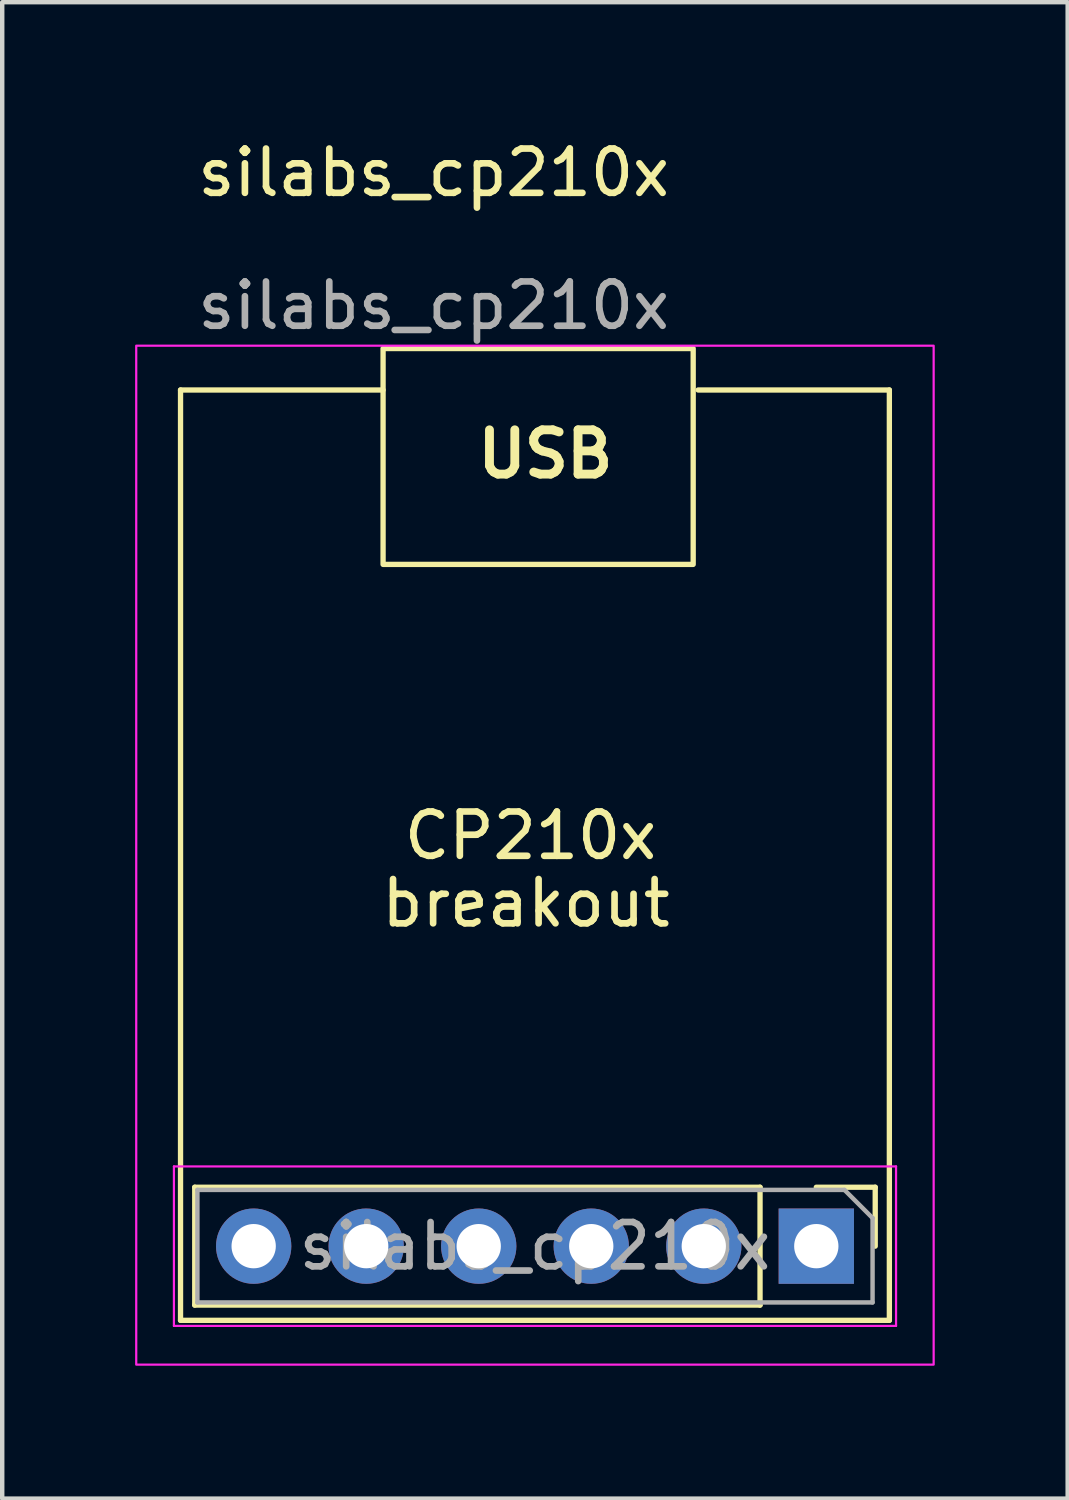
<source format=kicad_pcb>
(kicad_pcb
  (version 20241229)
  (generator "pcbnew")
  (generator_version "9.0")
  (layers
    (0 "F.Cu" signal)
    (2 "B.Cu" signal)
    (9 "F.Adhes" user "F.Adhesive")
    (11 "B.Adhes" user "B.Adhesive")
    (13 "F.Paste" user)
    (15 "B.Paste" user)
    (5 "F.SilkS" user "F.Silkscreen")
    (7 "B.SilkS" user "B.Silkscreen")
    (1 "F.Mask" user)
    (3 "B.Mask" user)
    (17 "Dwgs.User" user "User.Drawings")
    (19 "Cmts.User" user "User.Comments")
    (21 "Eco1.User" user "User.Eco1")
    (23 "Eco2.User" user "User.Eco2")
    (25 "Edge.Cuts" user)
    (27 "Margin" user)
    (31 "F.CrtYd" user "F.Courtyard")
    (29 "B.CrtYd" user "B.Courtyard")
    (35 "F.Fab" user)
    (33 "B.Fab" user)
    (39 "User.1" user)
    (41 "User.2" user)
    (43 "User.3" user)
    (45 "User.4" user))
  (footprint "silabs_cp210x"
    (layer "F.Cu")
    (at 9.041 16.501)
    (property "Reference" "silabs_cp210x" (at -2.301 -15.653 0) (unlocked yes) (layer "F.SilkS") (effects (font (size 1 1) (thickness 0.15))))
    (attr through_hole)
    (fp_line (start -8.016 -10.748) (end -8.016 10.252) (stroke (width 0.12) (type solid)) (layer "F.SilkS"))
    (fp_line (start -8.016 -10.748) (end -3.444 -10.748) (stroke (width 0.12) (type solid)) (layer "F.SilkS"))
    (fp_line (start -8.016 10.252) (end 7.984 10.252) (stroke (width 0.12) (type solid)) (layer "F.SilkS"))
    (fp_line (start -7.695 7.248) (end -7.695 9.908) (stroke (width 0.12) (type solid)) (layer "F.SilkS"))
    (fp_line (start 5.065 7.248) (end -7.695 7.248) (stroke (width 0.12) (type solid)) (layer "F.SilkS"))
    (fp_line (start 5.065 7.248) (end 5.065 9.908) (stroke (width 0.12) (type solid)) (layer "F.SilkS"))
    (fp_line (start 5.065 9.908) (end -7.695 9.908) (stroke (width 0.12) (type solid)) (layer "F.SilkS"))
    (fp_line (start 6.335 7.248) (end 7.665 7.248) (stroke (width 0.12) (type solid)) (layer "F.SilkS"))
    (fp_line (start 7.665 7.248) (end 7.665 8.578) (stroke (width 0.12) (type solid)) (layer "F.SilkS"))
    (fp_line (start 7.984 -10.748) (end 3.668 -10.748) (stroke (width 0.12) (type solid)) (layer "F.SilkS"))
    (fp_line (start 7.984 10.252) (end 7.984 -10.748) (stroke (width 0.12) (type solid)) (layer "F.SilkS"))
    (fp_rect (start -3.444 -11.684) (end 3.556 -6.811) (stroke (width 0.12) (type solid)) (fill no) (layer "F.SilkS"))
    (fp_line (start -8.165 6.778) (end -8.165 10.378) (stroke (width 0.05) (type solid)) (layer "F.CrtYd"))
    (fp_line (start -8.165 10.378) (end 8.135 10.378) (stroke (width 0.05) (type solid)) (layer "F.CrtYd"))
    (fp_line (start 8.135 6.778) (end -8.165 6.778) (stroke (width 0.05) (type solid)) (layer "F.CrtYd"))
    (fp_line (start 8.135 10.378) (end 8.135 6.778) (stroke (width 0.05) (type solid)) (layer "F.CrtYd"))
    (fp_rect (start -9.016 -11.748) (end 8.984 11.252) (stroke (width 0.05) (type solid)) (fill no) (layer "F.CrtYd"))
    (fp_line (start -7.635 7.308) (end 6.97 7.308) (stroke (width 0.1) (type solid)) (layer "F.Fab"))
    (fp_line (start -7.635 9.848) (end -7.635 7.308) (stroke (width 0.1) (type solid)) (layer "F.Fab"))
    (fp_line (start 6.97 7.308) (end 7.605 7.943) (stroke (width 0.1) (type solid)) (layer "F.Fab"))
    (fp_line (start 7.605 7.943) (end 7.605 9.848) (stroke (width 0.1) (type solid)) (layer "F.Fab"))
    (fp_line (start 7.605 9.848) (end -7.635 9.848) (stroke (width 0.1) (type solid)) (layer "F.Fab"))
    (fp_text user "CP210x" (at -3.048 -0.103 0) (unlocked yes) (layer "F.SilkS") (effects (font (size 1 1) (thickness 0.15)) (justify left bottom)))
    (fp_text user "USB" (at -1.412 -8.716 0) (unlocked yes) (layer "F.SilkS") (effects (font (size 1 1) (thickness 0.2) (bold yes)) (justify left bottom)))
    (fp_text user "breakout" (at -3.556 1.421 0) (unlocked yes) (layer "F.SilkS") (effects (font (size 1 1) (thickness 0.15)) (justify left bottom)))
    (fp_text user "${REFERENCE}" (at -0.015 8.578 0) (layer "F.Fab") (effects (font (size 1 1) (thickness 0.15))))
    (fp_text user "${REFERENCE}" (at -2.301 -12.653 0) (unlocked yes) (layer "F.Fab") (effects (font (size 1 1) (thickness 0.15))))
    (pad "1" thru_hole rect (at 6.335 8.578 270) (size 1.7 1.7) (drill 1) (layers "*.Cu" "*.Mask"))
    (pad "2" thru_hole oval (at 3.795 8.578 270) (size 1.7 1.7) (drill 1) (layers "*.Cu" "*.Mask"))
    (pad "3" thru_hole oval (at 1.255 8.578 270) (size 1.7 1.7) (drill 1) (layers "*.Cu" "*.Mask"))
    (pad "4" thru_hole oval (at -1.285 8.578 270) (size 1.7 1.7) (drill 1) (layers "*.Cu" "*.Mask"))
    (pad "5" thru_hole oval (at -3.825 8.578 270) (size 1.7 1.7) (drill 1) (layers "*.Cu" "*.Mask"))
    (pad "6" thru_hole oval (at -6.365 8.578 270) (size 1.7 1.7) (drill 1) (layers "*.Cu" "*.Mask")))
  (gr_rect
    (start -3 -3)
    (end 21.05 30.778)
    (stroke (width 0.1) (type default))
    (fill no)
    (layer "Edge.Cuts")))
</source>
